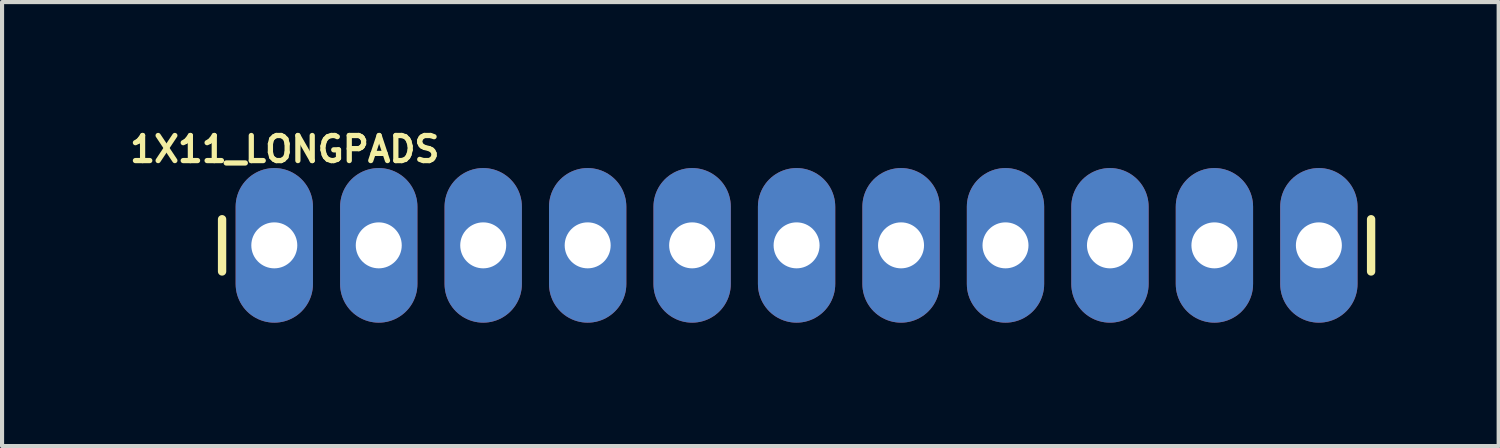
<source format=kicad_pcb>
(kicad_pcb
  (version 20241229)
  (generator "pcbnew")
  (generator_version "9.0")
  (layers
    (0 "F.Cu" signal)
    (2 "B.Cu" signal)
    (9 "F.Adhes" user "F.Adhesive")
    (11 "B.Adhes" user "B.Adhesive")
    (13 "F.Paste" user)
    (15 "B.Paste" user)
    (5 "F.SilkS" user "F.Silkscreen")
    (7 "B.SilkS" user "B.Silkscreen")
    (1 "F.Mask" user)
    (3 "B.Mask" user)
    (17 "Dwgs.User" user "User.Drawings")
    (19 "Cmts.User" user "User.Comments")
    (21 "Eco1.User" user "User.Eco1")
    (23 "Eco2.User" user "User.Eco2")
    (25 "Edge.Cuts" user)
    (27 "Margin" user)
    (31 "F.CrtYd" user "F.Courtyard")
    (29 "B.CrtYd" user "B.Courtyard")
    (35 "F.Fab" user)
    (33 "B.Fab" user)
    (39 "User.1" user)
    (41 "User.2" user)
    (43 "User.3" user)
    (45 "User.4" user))
  (footprint "1X11_LONGPADS"
    (layer "F.Cu")
    (at 3.62 2.916)
    (property "Reference" "1X11_LONGPADS" (at 0.254 -2.337 0) (layer "F.SilkS") (effects (font (size 0.61 0.61) (thickness 0.127))))
    (attr exclude_from_pos_files exclude_from_bom)
    (fp_line (start -1.27 -0.635) (end -1.27 0.635) (stroke (width 0.203) (type solid)) (layer "F.SilkS"))
    (fp_line (start 26.67 -0.635) (end 26.67 0.635) (stroke (width 0.203) (type solid)) (layer "F.SilkS"))
    (fp_line (start -0.254 -0.254) (end 0.254 -0.254) (stroke (width 0.066) (type solid)) (layer "Dwgs.User"))
    (fp_line (start -0.254 0.254) (end -0.254 -0.254) (stroke (width 0.066) (type solid)) (layer "Dwgs.User"))
    (fp_line (start -0.254 0.254) (end 0.254 0.254) (stroke (width 0.066) (type solid)) (layer "Dwgs.User"))
    (fp_line (start 0.254 0.254) (end 0.254 -0.254) (stroke (width 0.066) (type solid)) (layer "Dwgs.User"))
    (fp_line (start 2.286 -0.254) (end 2.794 -0.254) (stroke (width 0.066) (type solid)) (layer "Dwgs.User"))
    (fp_line (start 2.286 0.254) (end 2.286 -0.254) (stroke (width 0.066) (type solid)) (layer "Dwgs.User"))
    (fp_line (start 2.286 0.254) (end 2.794 0.254) (stroke (width 0.066) (type solid)) (layer "Dwgs.User"))
    (fp_line (start 2.794 0.254) (end 2.794 -0.254) (stroke (width 0.066) (type solid)) (layer "Dwgs.User"))
    (fp_line (start 4.826 -0.254) (end 5.334 -0.254) (stroke (width 0.066) (type solid)) (layer "Dwgs.User"))
    (fp_line (start 4.826 0.254) (end 4.826 -0.254) (stroke (width 0.066) (type solid)) (layer "Dwgs.User"))
    (fp_line (start 4.826 0.254) (end 5.334 0.254) (stroke (width 0.066) (type solid)) (layer "Dwgs.User"))
    (fp_line (start 5.334 0.254) (end 5.334 -0.254) (stroke (width 0.066) (type solid)) (layer "Dwgs.User"))
    (fp_line (start 7.366 -0.254) (end 7.874 -0.254) (stroke (width 0.066) (type solid)) (layer "Dwgs.User"))
    (fp_line (start 7.366 0.254) (end 7.366 -0.254) (stroke (width 0.066) (type solid)) (layer "Dwgs.User"))
    (fp_line (start 7.366 0.254) (end 7.874 0.254) (stroke (width 0.066) (type solid)) (layer "Dwgs.User"))
    (fp_line (start 7.874 0.254) (end 7.874 -0.254) (stroke (width 0.066) (type solid)) (layer "Dwgs.User"))
    (fp_line (start 9.906 -0.254) (end 10.414 -0.254) (stroke (width 0.066) (type solid)) (layer "Dwgs.User"))
    (fp_line (start 9.906 0.254) (end 9.906 -0.254) (stroke (width 0.066) (type solid)) (layer "Dwgs.User"))
    (fp_line (start 9.906 0.254) (end 10.414 0.254) (stroke (width 0.066) (type solid)) (layer "Dwgs.User"))
    (fp_line (start 10.414 0.254) (end 10.414 -0.254) (stroke (width 0.066) (type solid)) (layer "Dwgs.User"))
    (fp_line (start 12.446 -0.254) (end 12.954 -0.254) (stroke (width 0.066) (type solid)) (layer "Dwgs.User"))
    (fp_line (start 12.446 0.254) (end 12.446 -0.254) (stroke (width 0.066) (type solid)) (layer "Dwgs.User"))
    (fp_line (start 12.446 0.254) (end 12.954 0.254) (stroke (width 0.066) (type solid)) (layer "Dwgs.User"))
    (fp_line (start 12.954 0.254) (end 12.954 -0.254) (stroke (width 0.066) (type solid)) (layer "Dwgs.User"))
    (fp_line (start 14.986 -0.254) (end 15.494 -0.254) (stroke (width 0.066) (type solid)) (layer "Dwgs.User"))
    (fp_line (start 14.986 0.254) (end 14.986 -0.254) (stroke (width 0.066) (type solid)) (layer "Dwgs.User"))
    (fp_line (start 14.986 0.254) (end 15.494 0.254) (stroke (width 0.066) (type solid)) (layer "Dwgs.User"))
    (fp_line (start 15.494 0.254) (end 15.494 -0.254) (stroke (width 0.066) (type solid)) (layer "Dwgs.User"))
    (fp_line (start 17.523 -0.254) (end 18.034 -0.254) (stroke (width 0.066) (type solid)) (layer "Dwgs.User"))
    (fp_line (start 17.523 0.254) (end 17.523 -0.254) (stroke (width 0.066) (type solid)) (layer "Dwgs.User"))
    (fp_line (start 17.523 0.254) (end 18.034 0.254) (stroke (width 0.066) (type solid)) (layer "Dwgs.User"))
    (fp_line (start 18.034 0.254) (end 18.034 -0.254) (stroke (width 0.066) (type solid)) (layer "Dwgs.User"))
    (fp_line (start 20.066 -0.254) (end 20.574 -0.254) (stroke (width 0.066) (type solid)) (layer "Dwgs.User"))
    (fp_line (start 20.066 0.254) (end 20.066 -0.254) (stroke (width 0.066) (type solid)) (layer "Dwgs.User"))
    (fp_line (start 20.066 0.254) (end 20.574 0.254) (stroke (width 0.066) (type solid)) (layer "Dwgs.User"))
    (fp_line (start 20.574 0.254) (end 20.574 -0.254) (stroke (width 0.066) (type solid)) (layer "Dwgs.User"))
    (fp_line (start 22.606 -0.254) (end 23.114 -0.254) (stroke (width 0.066) (type solid)) (layer "Dwgs.User"))
    (fp_line (start 22.606 0.254) (end 22.606 -0.254) (stroke (width 0.066) (type solid)) (layer "Dwgs.User"))
    (fp_line (start 22.606 0.254) (end 23.114 0.254) (stroke (width 0.066) (type solid)) (layer "Dwgs.User"))
    (fp_line (start 23.114 0.254) (end 23.114 -0.254) (stroke (width 0.066) (type solid)) (layer "Dwgs.User"))
    (fp_line (start 25.146 -0.254) (end 25.654 -0.254) (stroke (width 0.066) (type solid)) (layer "Dwgs.User"))
    (fp_line (start 25.146 0.254) (end 25.146 -0.254) (stroke (width 0.066) (type solid)) (layer "Dwgs.User"))
    (fp_line (start 25.146 0.254) (end 25.654 0.254) (stroke (width 0.066) (type solid)) (layer "Dwgs.User"))
    (fp_line (start 25.654 0.254) (end 25.654 -0.254) (stroke (width 0.066) (type solid)) (layer "Dwgs.User"))
    (pad "1" thru_hole oval (at 0 0 180) (size 1.88 3.759) (drill 1.118) (layers "*.Cu" "*.Paste" "*.Mask"))
    (pad "2" thru_hole oval (at 2.54 0 180) (size 1.88 3.759) (drill 1.118) (layers "*.Cu" "*.Paste" "*.Mask"))
    (pad "3" thru_hole oval (at 5.08 0 180) (size 1.88 3.759) (drill 1.118) (layers "*.Cu" "*.Paste" "*.Mask"))
    (pad "4" thru_hole oval (at 7.62 0 180) (size 1.88 3.759) (drill 1.118) (layers "*.Cu" "*.Paste" "*.Mask"))
    (pad "5" thru_hole oval (at 10.16 0 180) (size 1.88 3.759) (drill 1.118) (layers "*.Cu" "*.Paste" "*.Mask"))
    (pad "6" thru_hole oval (at 12.7 0 180) (size 1.88 3.759) (drill 1.118) (layers "*.Cu" "*.Paste" "*.Mask"))
    (pad "7" thru_hole oval (at 15.24 0 180) (size 1.88 3.759) (drill 1.118) (layers "*.Cu" "*.Paste" "*.Mask"))
    (pad "8" thru_hole oval (at 17.78 0 180) (size 1.88 3.759) (drill 1.118) (layers "*.Cu" "*.Paste" "*.Mask"))
    (pad "9" thru_hole oval (at 20.32 0 180) (size 1.88 3.759) (drill 1.118) (layers "*.Cu" "*.Paste" "*.Mask"))
    (pad "10" thru_hole oval (at 22.86 0 180) (size 1.88 3.759) (drill 1.118) (layers "*.Cu" "*.Paste" "*.Mask"))
    (pad "11" thru_hole oval (at 25.4 0 180) (size 1.88 3.759) (drill 1.118) (layers "*.Cu" "*.Paste" "*.Mask")))
  (gr_rect
    (start -3 -3)
    (end 33.392 7.796)
    (stroke (width 0.1) (type default))
    (fill no)
    (layer "Edge.Cuts")))
</source>
